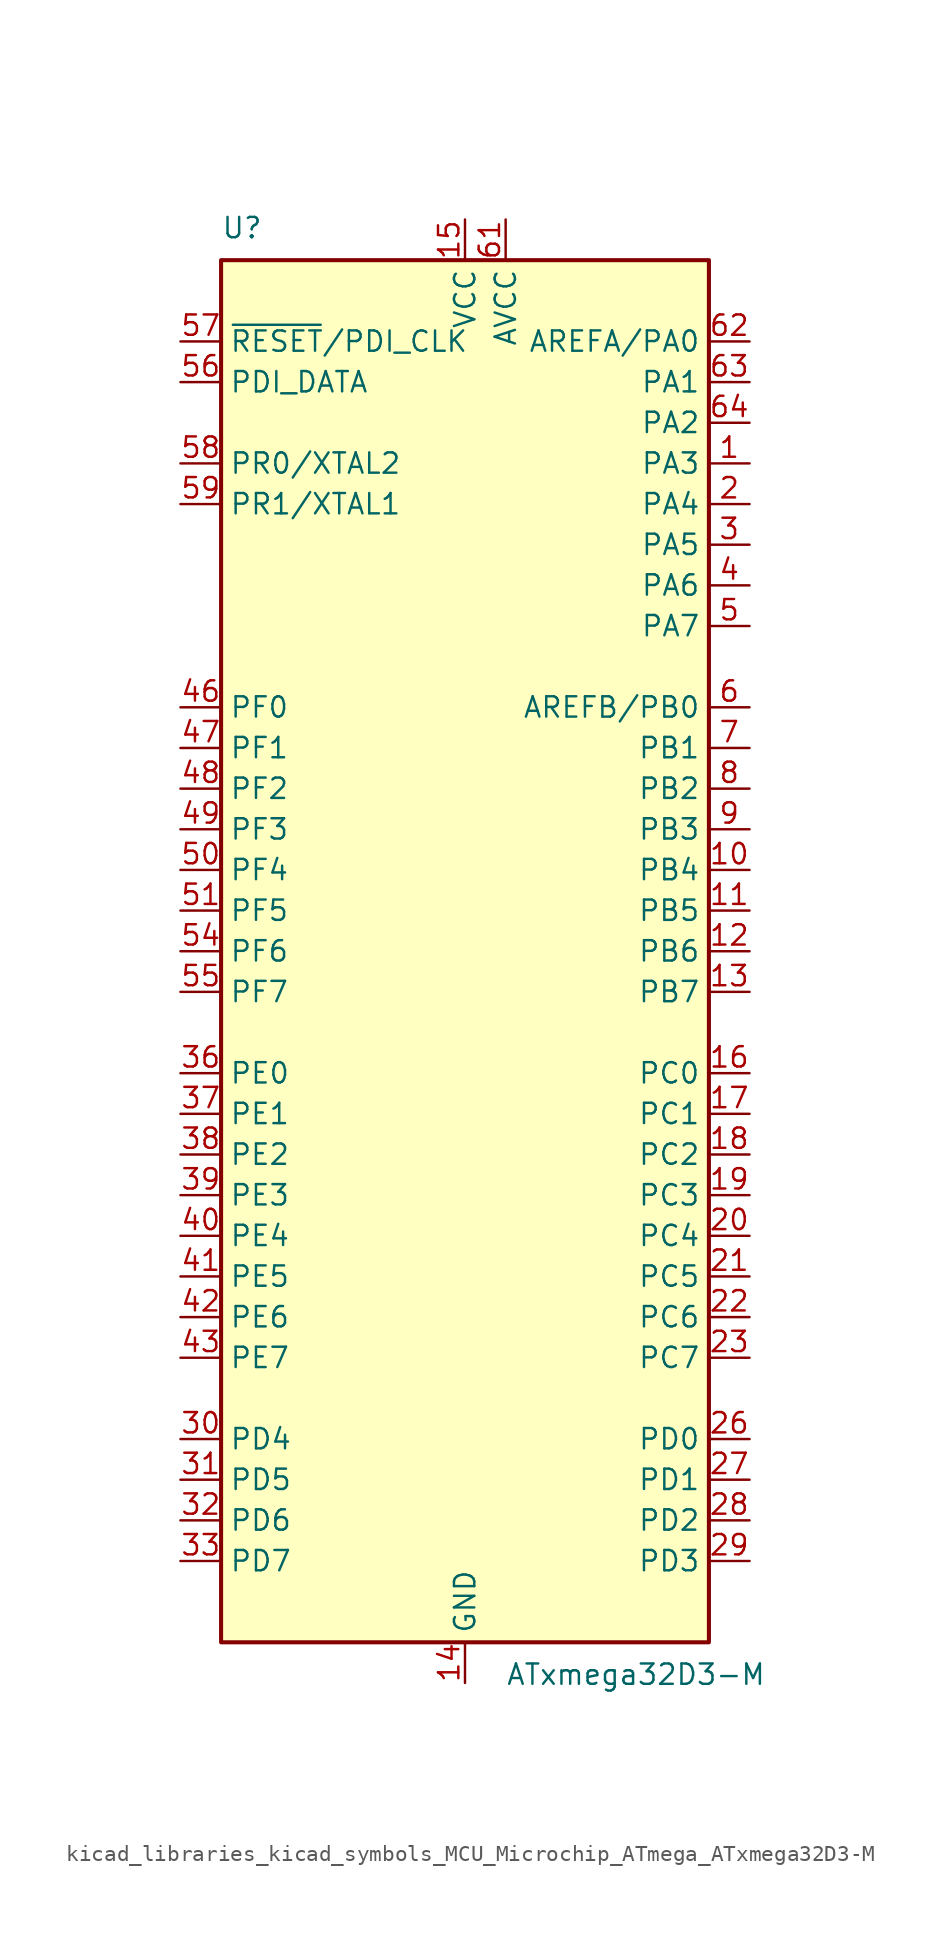
<source format=kicad_sym>
(kicad_symbol_lib
  (version 20220914)
  (generator kicad_symbol_editor)
  (symbol "kicad_libraries_kicad_symbols_MCU_Microchip_ATmega_ATxmega32D3-M"
    (property "Reference" "U"
      (at -15.24 44.45 0)
      (effects (font (size 1.27 1.27)) (justify left bottom)))
    (property "Value" "ATxmega32D3-M"
      (at 2.54 -44.45 0)
      (effects (font (size 1.27 1.27)) (justify left top)))
    (symbol "kicad_libraries_kicad_symbols_MCU_Microchip_ATmega_ATxmega32D3-M_0_1"
      (rectangle (start -15.24 -43.18) (end 15.24 43.18) (stroke (width 0.254) (type default)) (fill (type background))))
    (symbol "kicad_libraries_kicad_symbols_MCU_Microchip_ATmega_ATxmega32D3-M_1_1"
      (pin bidirectional line (at 17.78 30.48 180) (length 2.54) (name "PA3" (effects (font (size 1.27 1.27)))) (number "1" (effects (font (size 1.27 1.27)))))
      (pin bidirectional line (at 17.78 5.08 180) (length 2.54) (name "PB4" (effects (font (size 1.27 1.27)))) (number "10" (effects (font (size 1.27 1.27)))))
      (pin bidirectional line (at 17.78 2.54 180) (length 2.54) (name "PB5" (effects (font (size 1.27 1.27)))) (number "11" (effects (font (size 1.27 1.27)))))
      (pin bidirectional line (at 17.78 0 180) (length 2.54) (name "PB6" (effects (font (size 1.27 1.27)))) (number "12" (effects (font (size 1.27 1.27)))))
      (pin bidirectional line (at 17.78 -2.54 180) (length 2.54) (name "PB7" (effects (font (size 1.27 1.27)))) (number "13" (effects (font (size 1.27 1.27)))))
      (pin power_in line (at 0 -45.72 90) (length 2.54) (name "GND" (effects (font (size 1.27 1.27)))) (number "14" (effects (font (size 1.27 1.27)))))
      (pin power_in line (at 0 45.72 270) (length 2.54) (name "VCC" (effects (font (size 1.27 1.27)))) (number "15" (effects (font (size 1.27 1.27)))))
      (pin bidirectional line (at 17.78 -7.62 180) (length 2.54) (name "PC0" (effects (font (size 1.27 1.27)))) (number "16" (effects (font (size 1.27 1.27)))))
      (pin bidirectional line (at 17.78 -10.16 180) (length 2.54) (name "PC1" (effects (font (size 1.27 1.27)))) (number "17" (effects (font (size 1.27 1.27)))))
      (pin bidirectional line (at 17.78 -12.7 180) (length 2.54) (name "PC2" (effects (font (size 1.27 1.27)))) (number "18" (effects (font (size 1.27 1.27)))))
      (pin bidirectional line (at 17.78 -15.24 180) (length 2.54) (name "PC3" (effects (font (size 1.27 1.27)))) (number "19" (effects (font (size 1.27 1.27)))))
      (pin bidirectional line (at 17.78 27.94 180) (length 2.54) (name "PA4" (effects (font (size 1.27 1.27)))) (number "2" (effects (font (size 1.27 1.27)))))
      (pin bidirectional line (at 17.78 -17.78 180) (length 2.54) (name "PC4" (effects (font (size 1.27 1.27)))) (number "20" (effects (font (size 1.27 1.27)))))
      (pin bidirectional line (at 17.78 -20.32 180) (length 2.54) (name "PC5" (effects (font (size 1.27 1.27)))) (number "21" (effects (font (size 1.27 1.27)))))
      (pin bidirectional line (at 17.78 -22.86 180) (length 2.54) (name "PC6" (effects (font (size 1.27 1.27)))) (number "22" (effects (font (size 1.27 1.27)))))
      (pin bidirectional line (at 17.78 -25.4 180) (length 2.54) (name "PC7" (effects (font (size 1.27 1.27)))) (number "23" (effects (font (size 1.27 1.27)))))
      (pin passive line (at 0 -45.72 90) (length 2.54) hide (name "GND" (effects (font (size 1.27 1.27)))) (number "24" (effects (font (size 1.27 1.27)))))
      (pin passive line (at 0 45.72 270) (length 2.54) hide (name "VCC" (effects (font (size 1.27 1.27)))) (number "25" (effects (font (size 1.27 1.27)))))
      (pin bidirectional line (at 17.78 -30.48 180) (length 2.54) (name "PD0" (effects (font (size 1.27 1.27)))) (number "26" (effects (font (size 1.27 1.27)))))
      (pin bidirectional line (at 17.78 -33.02 180) (length 2.54) (name "PD1" (effects (font (size 1.27 1.27)))) (number "27" (effects (font (size 1.27 1.27)))))
      (pin bidirectional line (at 17.78 -35.56 180) (length 2.54) (name "PD2" (effects (font (size 1.27 1.27)))) (number "28" (effects (font (size 1.27 1.27)))))
      (pin bidirectional line (at 17.78 -38.1 180) (length 2.54) (name "PD3" (effects (font (size 1.27 1.27)))) (number "29" (effects (font (size 1.27 1.27)))))
      (pin bidirectional line (at 17.78 25.4 180) (length 2.54) (name "PA5" (effects (font (size 1.27 1.27)))) (number "3" (effects (font (size 1.27 1.27)))))
      (pin bidirectional line (at -17.78 -30.48 0) (length 2.54) (name "PD4" (effects (font (size 1.27 1.27)))) (number "30" (effects (font (size 1.27 1.27)))))
      (pin bidirectional line (at -17.78 -33.02 0) (length 2.54) (name "PD5" (effects (font (size 1.27 1.27)))) (number "31" (effects (font (size 1.27 1.27)))))
      (pin bidirectional line (at -17.78 -35.56 0) (length 2.54) (name "PD6" (effects (font (size 1.27 1.27)))) (number "32" (effects (font (size 1.27 1.27)))))
      (pin bidirectional line (at -17.78 -38.1 0) (length 2.54) (name "PD7" (effects (font (size 1.27 1.27)))) (number "33" (effects (font (size 1.27 1.27)))))
      (pin passive line (at 0 -45.72 90) (length 2.54) hide (name "GND" (effects (font (size 1.27 1.27)))) (number "34" (effects (font (size 1.27 1.27)))))
      (pin passive line (at 0 45.72 270) (length 2.54) hide (name "VCC" (effects (font (size 1.27 1.27)))) (number "35" (effects (font (size 1.27 1.27)))))
      (pin bidirectional line (at -17.78 -7.62 0) (length 2.54) (name "PE0" (effects (font (size 1.27 1.27)))) (number "36" (effects (font (size 1.27 1.27)))))
      (pin bidirectional line (at -17.78 -10.16 0) (length 2.54) (name "PE1" (effects (font (size 1.27 1.27)))) (number "37" (effects (font (size 1.27 1.27)))))
      (pin bidirectional line (at -17.78 -12.7 0) (length 2.54) (name "PE2" (effects (font (size 1.27 1.27)))) (number "38" (effects (font (size 1.27 1.27)))))
      (pin bidirectional line (at -17.78 -15.24 0) (length 2.54) (name "PE3" (effects (font (size 1.27 1.27)))) (number "39" (effects (font (size 1.27 1.27)))))
      (pin bidirectional line (at 17.78 22.86 180) (length 2.54) (name "PA6" (effects (font (size 1.27 1.27)))) (number "4" (effects (font (size 1.27 1.27)))))
      (pin bidirectional line (at -17.78 -17.78 0) (length 2.54) (name "PE4" (effects (font (size 1.27 1.27)))) (number "40" (effects (font (size 1.27 1.27)))))
      (pin bidirectional line (at -17.78 -20.32 0) (length 2.54) (name "PE5" (effects (font (size 1.27 1.27)))) (number "41" (effects (font (size 1.27 1.27)))))
      (pin bidirectional line (at -17.78 -22.86 0) (length 2.54) (name "PE6" (effects (font (size 1.27 1.27)))) (number "42" (effects (font (size 1.27 1.27)))))
      (pin bidirectional line (at -17.78 -25.4 0) (length 2.54) (name "PE7" (effects (font (size 1.27 1.27)))) (number "43" (effects (font (size 1.27 1.27)))))
      (pin passive line (at 0 -45.72 90) (length 2.54) hide (name "GND" (effects (font (size 1.27 1.27)))) (number "44" (effects (font (size 1.27 1.27)))))
      (pin passive line (at 0 45.72 270) (length 2.54) hide (name "VCC" (effects (font (size 1.27 1.27)))) (number "45" (effects (font (size 1.27 1.27)))))
      (pin bidirectional line (at -17.78 15.24 0) (length 2.54) (name "PF0" (effects (font (size 1.27 1.27)))) (number "46" (effects (font (size 1.27 1.27)))))
      (pin bidirectional line (at -17.78 12.7 0) (length 2.54) (name "PF1" (effects (font (size 1.27 1.27)))) (number "47" (effects (font (size 1.27 1.27)))))
      (pin bidirectional line (at -17.78 10.16 0) (length 2.54) (name "PF2" (effects (font (size 1.27 1.27)))) (number "48" (effects (font (size 1.27 1.27)))))
      (pin bidirectional line (at -17.78 7.62 0) (length 2.54) (name "PF3" (effects (font (size 1.27 1.27)))) (number "49" (effects (font (size 1.27 1.27)))))
      (pin bidirectional line (at 17.78 20.32 180) (length 2.54) (name "PA7" (effects (font (size 1.27 1.27)))) (number "5" (effects (font (size 1.27 1.27)))))
      (pin bidirectional line (at -17.78 5.08 0) (length 2.54) (name "PF4" (effects (font (size 1.27 1.27)))) (number "50" (effects (font (size 1.27 1.27)))))
      (pin bidirectional line (at -17.78 2.54 0) (length 2.54) (name "PF5" (effects (font (size 1.27 1.27)))) (number "51" (effects (font (size 1.27 1.27)))))
      (pin passive line (at 0 -45.72 90) (length 2.54) hide (name "GND" (effects (font (size 1.27 1.27)))) (number "52" (effects (font (size 1.27 1.27)))))
      (pin passive line (at 0 45.72 270) (length 2.54) hide (name "VCC" (effects (font (size 1.27 1.27)))) (number "53" (effects (font (size 1.27 1.27)))))
      (pin bidirectional line (at -17.78 0 0) (length 2.54) (name "PF6" (effects (font (size 1.27 1.27)))) (number "54" (effects (font (size 1.27 1.27)))))
      (pin bidirectional line (at -17.78 -2.54 0) (length 2.54) (name "PF7" (effects (font (size 1.27 1.27)))) (number "55" (effects (font (size 1.27 1.27)))))
      (pin bidirectional line (at -17.78 35.56 0) (length 2.54) (name "PDI_DATA" (effects (font (size 1.27 1.27)))) (number "56" (effects (font (size 1.27 1.27)))))
      (pin input line (at -17.78 38.1 0) (length 2.54) (name "~{RESET}/PDI_CLK" (effects (font (size 1.27 1.27)))) (number "57" (effects (font (size 1.27 1.27)))))
      (pin bidirectional line (at -17.78 30.48 0) (length 2.54) (name "PR0/XTAL2" (effects (font (size 1.27 1.27)))) (number "58" (effects (font (size 1.27 1.27)))))
      (pin bidirectional line (at -17.78 27.94 0) (length 2.54) (name "PR1/XTAL1" (effects (font (size 1.27 1.27)))) (number "59" (effects (font (size 1.27 1.27)))))
      (pin bidirectional line (at 17.78 15.24 180) (length 2.54) (name "AREFB/PB0" (effects (font (size 1.27 1.27)))) (number "6" (effects (font (size 1.27 1.27)))))
      (pin passive line (at 0 -45.72 90) (length 2.54) hide (name "GND" (effects (font (size 1.27 1.27)))) (number "60" (effects (font (size 1.27 1.27)))))
      (pin power_in line (at 2.54 45.72 270) (length 2.54) (name "AVCC" (effects (font (size 1.27 1.27)))) (number "61" (effects (font (size 1.27 1.27)))))
      (pin bidirectional line (at 17.78 38.1 180) (length 2.54) (name "AREFA/PA0" (effects (font (size 1.27 1.27)))) (number "62" (effects (font (size 1.27 1.27)))))
      (pin bidirectional line (at 17.78 35.56 180) (length 2.54) (name "PA1" (effects (font (size 1.27 1.27)))) (number "63" (effects (font (size 1.27 1.27)))))
      (pin bidirectional line (at 17.78 33.02 180) (length 2.54) (name "PA2" (effects (font (size 1.27 1.27)))) (number "64" (effects (font (size 1.27 1.27)))))
      (pin passive line (at 0 -45.72 90) (length 2.54) hide (name "GND" (effects (font (size 1.27 1.27)))) (number "65" (effects (font (size 1.27 1.27)))))
      (pin bidirectional line (at 17.78 12.7 180) (length 2.54) (name "PB1" (effects (font (size 1.27 1.27)))) (number "7" (effects (font (size 1.27 1.27)))))
      (pin bidirectional line (at 17.78 10.16 180) (length 2.54) (name "PB2" (effects (font (size 1.27 1.27)))) (number "8" (effects (font (size 1.27 1.27)))))
      (pin bidirectional line (at 17.78 7.62 180) (length 2.54) (name "PB3" (effects (font (size 1.27 1.27)))) (number "9" (effects (font (size 1.27 1.27))))))))
</source>
